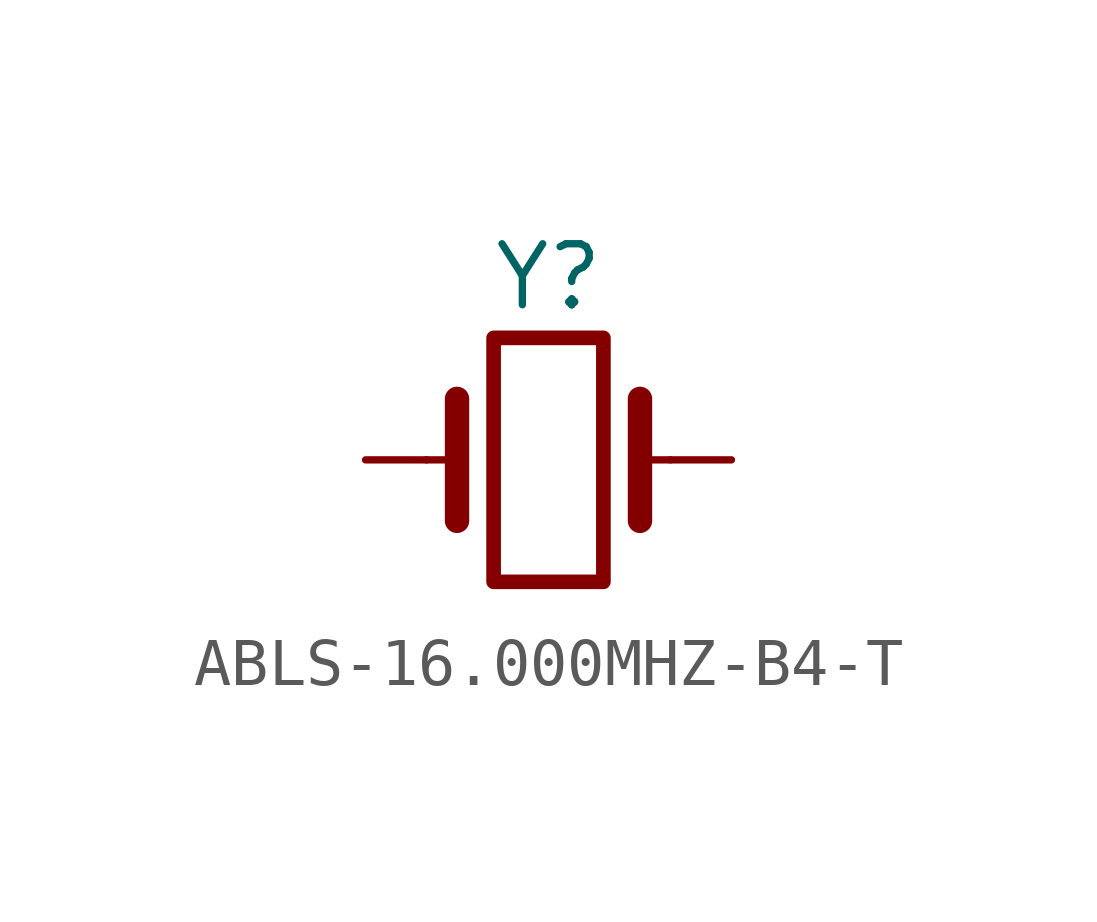
<source format=kicad_sym>
(kicad_symbol_lib
  (version 20211014)
  (generator kicad_symbol_editor)
  (symbol "ABLS-16.000MHZ-B4-T"
    (pin_numbers hide)
    (pin_names
      (offset 1.016) hide)
    (property "Reference" "Y"
      (at 0 3.81 0)
      (effects (font (size 1.27 1.27))))
    (symbol "ABLS-16.000MHZ-B4-T_0_1"
      (rectangle (start -1.143 2.54) (end 1.143 -2.54) (stroke (width 0.305) (type default) (color 0 0 0 0)) (fill (type none)))
      (polyline (pts (xy -2.54 0) (xy -1.905 0)) (stroke (width 0) (type default) (color 0 0 0 0)) (fill (type none)))
      (polyline (pts (xy -1.905 -1.27) (xy -1.905 1.27)) (stroke (width 0.508) (type default) (color 0 0 0 0)) (fill (type none)))
      (polyline (pts (xy 1.905 -1.27) (xy 1.905 1.27)) (stroke (width 0.508) (type default) (color 0 0 0 0)) (fill (type none)))
      (polyline (pts (xy 2.54 0) (xy 1.905 0)) (stroke (width 0) (type default) (color 0 0 0 0)) (fill (type none))))
    (symbol "ABLS-16.000MHZ-B4-T_1_1"
      (pin passive line (at -3.81 0 0) (length 1.27) (name "1" (effects (font (size 1.27 1.27)))) (number "1" (effects (font (size 1.27 1.27)))))
      (pin passive line (at 3.81 0 180) (length 1.27) (name "2" (effects (font (size 1.27 1.27)))) (number "2" (effects (font (size 1.27 1.27))))))))
</source>
